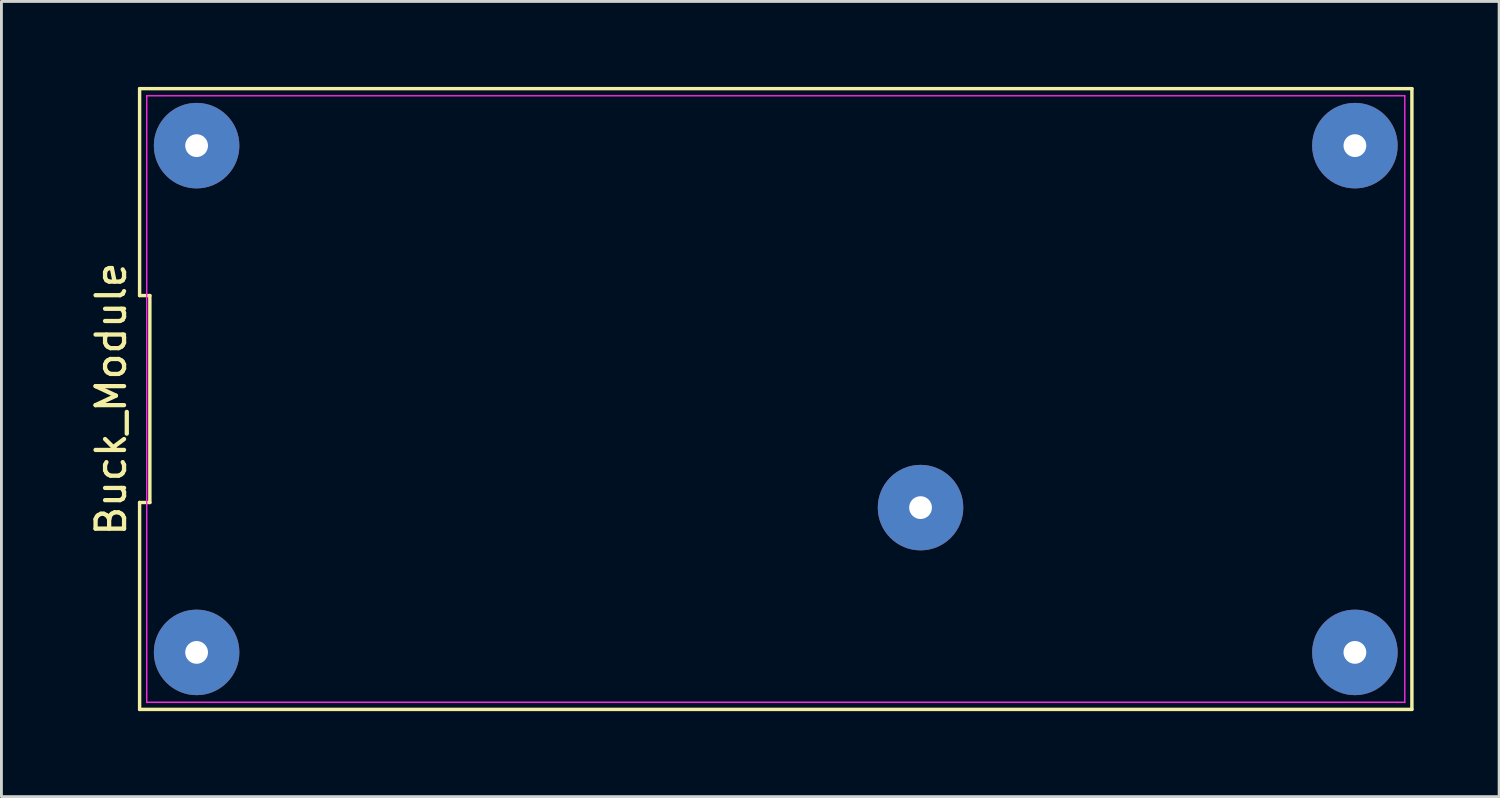
<source format=kicad_pcb>
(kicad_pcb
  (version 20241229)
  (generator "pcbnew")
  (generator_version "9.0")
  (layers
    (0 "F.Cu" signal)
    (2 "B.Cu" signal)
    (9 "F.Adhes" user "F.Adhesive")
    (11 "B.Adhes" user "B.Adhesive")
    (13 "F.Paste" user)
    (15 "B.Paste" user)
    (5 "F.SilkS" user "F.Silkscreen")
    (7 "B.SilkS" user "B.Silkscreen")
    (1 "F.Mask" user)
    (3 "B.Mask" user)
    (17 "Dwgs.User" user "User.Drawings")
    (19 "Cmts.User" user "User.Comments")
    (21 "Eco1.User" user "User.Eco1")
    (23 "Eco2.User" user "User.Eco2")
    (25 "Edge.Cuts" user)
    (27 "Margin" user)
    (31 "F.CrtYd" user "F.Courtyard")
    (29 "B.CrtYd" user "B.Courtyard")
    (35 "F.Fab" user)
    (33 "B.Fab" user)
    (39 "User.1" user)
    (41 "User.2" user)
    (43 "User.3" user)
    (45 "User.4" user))
  (footprint "Buck_Module"
    (layer "F.Cu")
    (at 24.168 10.95)
    (property "Reference" "Buck_Module" (at -23.32 0 90) (layer "F.SilkS") (effects (font (size 1 1) (thickness 0.15))))
    (attr through_hole)
    (fp_line (start -22.32 -10.89) (end -22.32 -3.63) (stroke (width 0.12) (type solid)) (layer "F.SilkS"))
    (fp_line (start -22.32 -3.63) (end -21.96 -3.63) (stroke (width 0.12) (type solid)) (layer "F.SilkS"))
    (fp_line (start -22.32 3.63) (end -22.32 10.89) (stroke (width 0.12) (type solid)) (layer "F.SilkS"))
    (fp_line (start -22.32 10.89) (end 22.32 10.89) (stroke (width 0.12) (type solid)) (layer "F.SilkS"))
    (fp_line (start -21.96 -3.63) (end -21.96 3.63) (stroke (width 0.12) (type solid)) (layer "F.SilkS"))
    (fp_line (start -21.96 3.63) (end -22.32 3.63) (stroke (width 0.12) (type solid)) (layer "F.SilkS"))
    (fp_line (start 22.32 -10.89) (end -22.32 -10.89) (stroke (width 0.12) (type solid)) (layer "F.SilkS"))
    (fp_line (start 22.32 10.89) (end 22.32 -10.89) (stroke (width 0.12) (type solid)) (layer "F.SilkS"))
    (fp_line (start -22.07 -10.64) (end 22.07 -10.64) (stroke (width 0.05) (type solid)) (layer "F.CrtYd"))
    (fp_line (start -22.07 10.64) (end -22.07 -10.64) (stroke (width 0.05) (type solid)) (layer "F.CrtYd"))
    (fp_line (start 22.07 -10.64) (end 22.07 10.64) (stroke (width 0.05) (type solid)) (layer "F.CrtYd"))
    (fp_line (start 22.07 10.64) (end -22.07 10.64) (stroke (width 0.05) (type solid)) (layer "F.CrtYd"))
    (pad "1" thru_hole circle (at -20.32 8.89) (size 3 3) (drill 0.8) (layers "*.Cu" "*.Mask"))
    (pad "2" thru_hole circle (at 5.08 3.81) (size 3 3) (drill 0.8) (layers "*.Cu" "*.Mask"))
    (pad "3" thru_hole circle (at 20.32 8.89) (size 3 3) (drill 0.8) (layers "*.Cu" "*.Mask"))
    (pad "4" thru_hole circle (at 20.32 -8.89) (size 3 3) (drill 0.8) (layers "*.Cu" "*.Mask"))
    (pad "5" thru_hole circle (at -20.32 -8.89) (size 3 3) (drill 0.8) (layers "*.Cu" "*.Mask")))
  (gr_rect
    (start -3 -3)
    (end 49.548 24.9)
    (stroke (width 0.1) (type default))
    (fill no)
    (layer "Edge.Cuts")))
</source>
